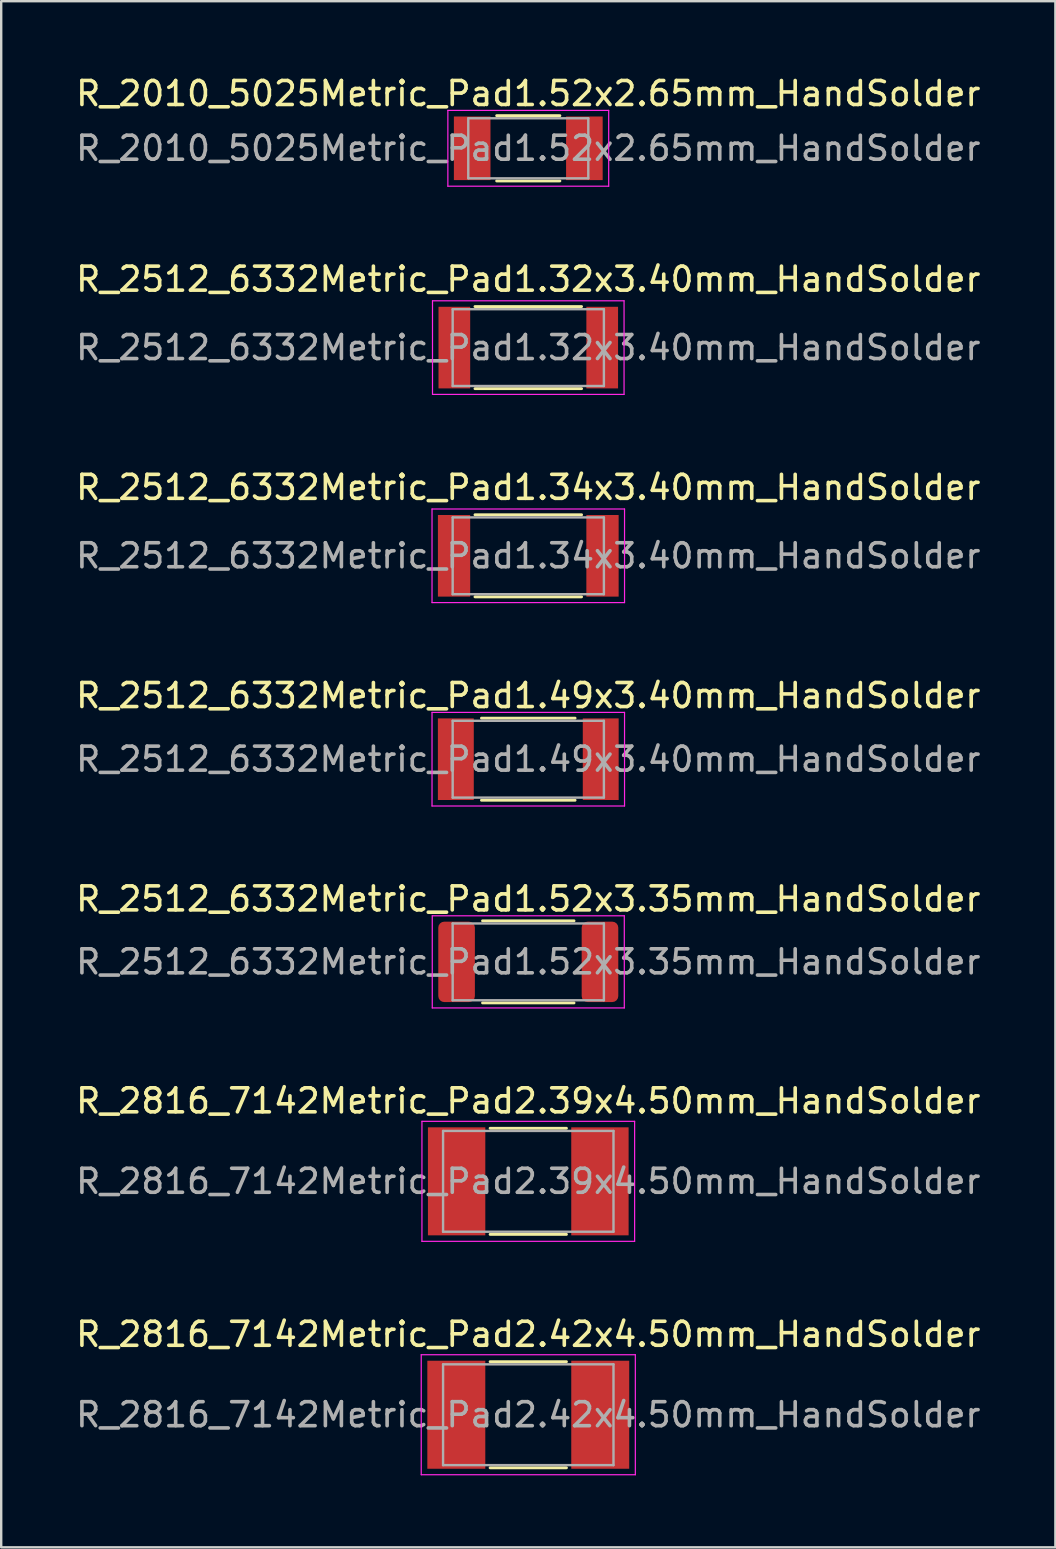
<source format=kicad_pcb>
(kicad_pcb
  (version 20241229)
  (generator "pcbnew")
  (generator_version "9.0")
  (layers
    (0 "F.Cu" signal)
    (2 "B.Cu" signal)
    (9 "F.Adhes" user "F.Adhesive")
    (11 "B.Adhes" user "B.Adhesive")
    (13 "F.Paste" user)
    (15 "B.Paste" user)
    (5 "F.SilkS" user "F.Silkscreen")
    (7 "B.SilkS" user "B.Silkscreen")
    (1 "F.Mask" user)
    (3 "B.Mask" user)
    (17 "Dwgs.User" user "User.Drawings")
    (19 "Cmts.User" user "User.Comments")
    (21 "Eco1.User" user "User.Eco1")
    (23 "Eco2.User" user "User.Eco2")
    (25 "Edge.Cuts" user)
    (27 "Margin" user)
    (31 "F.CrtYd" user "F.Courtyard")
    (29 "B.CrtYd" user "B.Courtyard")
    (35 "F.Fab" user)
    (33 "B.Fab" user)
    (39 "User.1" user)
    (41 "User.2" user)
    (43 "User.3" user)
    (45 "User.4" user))
  (footprint "R_2512_6332Metric_Pad1.34x3.40mm_HandSolder"
    (layer "F.Cu")
    (at 18.958 20.105)
    (property "Reference" "R_2512_6332Metric_Pad1.34x3.40mm_HandSolder" (at 0 -2.85 0) (layer "F.SilkS") (effects (font (size 1 1) (thickness 0.15))))
    (attr smd)
    (fp_line (start -2.22 -1.71) (end 2.22 -1.71) (stroke (width 0.12) (type solid)) (layer "F.SilkS"))
    (fp_line (start -2.22 1.71) (end 2.22 1.71) (stroke (width 0.12) (type solid)) (layer "F.SilkS"))
    (fp_line (start -4.01 -1.95) (end 4.01 -1.95) (stroke (width 0.05) (type solid)) (layer "F.CrtYd"))
    (fp_line (start -4.01 1.95) (end -4.01 -1.95) (stroke (width 0.05) (type solid)) (layer "F.CrtYd"))
    (fp_line (start 4.01 -1.95) (end 4.01 1.95) (stroke (width 0.05) (type solid)) (layer "F.CrtYd"))
    (fp_line (start 4.01 1.95) (end -4.01 1.95) (stroke (width 0.05) (type solid)) (layer "F.CrtYd"))
    (fp_line (start -3.15 -1.6) (end 3.15 -1.6) (stroke (width 0.1) (type solid)) (layer "F.Fab"))
    (fp_line (start -3.15 1.6) (end -3.15 -1.6) (stroke (width 0.1) (type solid)) (layer "F.Fab"))
    (fp_line (start 3.15 -1.6) (end 3.15 1.6) (stroke (width 0.1) (type solid)) (layer "F.Fab"))
    (fp_line (start 3.15 1.6) (end -3.15 1.6) (stroke (width 0.1) (type solid)) (layer "F.Fab"))
    (fp_text user "${REFERENCE}" (at 0 0 0) (layer "F.Fab") (effects (font (size 1 1) (thickness 0.15))))
    (pad "1" smd rect (at -3.092 0) (size 1.345 3.4) (layers "F.Cu" "F.Mask" "F.Paste"))
    (pad "2" smd rect (at 3.092 0) (size 1.345 3.4) (layers "F.Cu" "F.Mask" "F.Paste")))
  (footprint "R_2512_6332Metric_Pad1.32x3.40mm_HandSolder"
    (layer "F.Cu")
    (at 18.958 11.431)
    (property "Reference" "R_2512_6332Metric_Pad1.32x3.40mm_HandSolder" (at 0 -2.85 0) (layer "F.SilkS") (effects (font (size 1 1) (thickness 0.15))))
    (attr smd)
    (fp_line (start -2.22 -1.71) (end 2.22 -1.71) (stroke (width 0.12) (type solid)) (layer "F.SilkS"))
    (fp_line (start -2.22 1.71) (end 2.22 1.71) (stroke (width 0.12) (type solid)) (layer "F.SilkS"))
    (fp_line (start -3.99 -1.95) (end 3.99 -1.95) (stroke (width 0.05) (type solid)) (layer "F.CrtYd"))
    (fp_line (start -3.99 1.95) (end -3.99 -1.95) (stroke (width 0.05) (type solid)) (layer "F.CrtYd"))
    (fp_line (start 3.99 -1.95) (end 3.99 1.95) (stroke (width 0.05) (type solid)) (layer "F.CrtYd"))
    (fp_line (start 3.99 1.95) (end -3.99 1.95) (stroke (width 0.05) (type solid)) (layer "F.CrtYd"))
    (fp_line (start -3.15 -1.6) (end 3.15 -1.6) (stroke (width 0.1) (type solid)) (layer "F.Fab"))
    (fp_line (start -3.15 1.6) (end -3.15 -1.6) (stroke (width 0.1) (type solid)) (layer "F.Fab"))
    (fp_line (start 3.15 -1.6) (end 3.15 1.6) (stroke (width 0.1) (type solid)) (layer "F.Fab"))
    (fp_line (start 3.15 1.6) (end -3.15 1.6) (stroke (width 0.1) (type solid)) (layer "F.Fab"))
    (fp_text user "${REFERENCE}" (at 0 0 0) (layer "F.Fab") (effects (font (size 1 1) (thickness 0.15))))
    (pad "1" smd rect (at -3.08 0) (size 1.32 3.4) (layers "F.Cu" "F.Mask" "F.Paste"))
    (pad "2" smd rect (at 3.08 0) (size 1.32 3.4) (layers "F.Cu" "F.Mask" "F.Paste")))
  (footprint "R_2512_6332Metric_Pad1.49x3.40mm_HandSolder"
    (layer "F.Cu")
    (at 18.958 28.578)
    (property "Reference" "R_2512_6332Metric_Pad1.49x3.40mm_HandSolder" (at 0 -2.65 0) (layer "F.SilkS") (effects (font (size 1 1) (thickness 0.15))))
    (attr smd)
    (fp_line (start -1.95 -1.71) (end 1.95 -1.71) (stroke (width 0.12) (type solid)) (layer "F.SilkS"))
    (fp_line (start -1.95 1.71) (end 1.95 1.71) (stroke (width 0.12) (type solid)) (layer "F.SilkS"))
    (fp_line (start -4.01 -1.95) (end 4.01 -1.95) (stroke (width 0.05) (type solid)) (layer "F.CrtYd"))
    (fp_line (start -4.01 1.95) (end -4.01 -1.95) (stroke (width 0.05) (type solid)) (layer "F.CrtYd"))
    (fp_line (start 4.01 -1.95) (end 4.01 1.95) (stroke (width 0.05) (type solid)) (layer "F.CrtYd"))
    (fp_line (start 4.01 1.95) (end -4.01 1.95) (stroke (width 0.05) (type solid)) (layer "F.CrtYd"))
    (fp_line (start -3.15 -1.6) (end 3.15 -1.6) (stroke (width 0.1) (type solid)) (layer "F.Fab"))
    (fp_line (start -3.15 1.6) (end -3.15 -1.6) (stroke (width 0.1) (type solid)) (layer "F.Fab"))
    (fp_line (start 3.15 -1.6) (end 3.15 1.6) (stroke (width 0.1) (type solid)) (layer "F.Fab"))
    (fp_line (start 3.15 1.6) (end -3.15 1.6) (stroke (width 0.1) (type solid)) (layer "F.Fab"))
    (fp_text user "${REFERENCE}" (at 0 0 0) (layer "F.Fab") (effects (font (size 1 1) (thickness 0.15))))
    (pad "1" smd rect (at -3.018 0) (size 1.495 3.4) (layers "F.Cu" "F.Mask" "F.Paste"))
    (pad "2" smd rect (at 3.018 0) (size 1.495 3.4) (layers "F.Cu" "F.Mask" "F.Paste")))
  (footprint "R_2816_7142Metric_Pad2.39x4.50mm_HandSolder"
    (layer "F.Cu")
    (at 18.958 46.164)
    (property "Reference" "R_2816_7142Metric_Pad2.39x4.50mm_HandSolder" (at 0 -3.35 0) (layer "F.SilkS") (effects (font (size 1 1) (thickness 0.15))))
    (attr smd)
    (fp_line (start -1.59 -2.21) (end 1.59 -2.21) (stroke (width 0.12) (type solid)) (layer "F.SilkS"))
    (fp_line (start -1.59 2.21) (end 1.59 2.21) (stroke (width 0.12) (type solid)) (layer "F.SilkS"))
    (fp_line (start -4.43 -2.5) (end 4.43 -2.5) (stroke (width 0.05) (type solid)) (layer "F.CrtYd"))
    (fp_line (start -4.43 2.5) (end -4.43 -2.5) (stroke (width 0.05) (type solid)) (layer "F.CrtYd"))
    (fp_line (start 4.43 -2.5) (end 4.43 2.5) (stroke (width 0.05) (type solid)) (layer "F.CrtYd"))
    (fp_line (start 4.43 2.5) (end -4.43 2.5) (stroke (width 0.05) (type solid)) (layer "F.CrtYd"))
    (fp_line (start -3.55 -2.1) (end 3.55 -2.1) (stroke (width 0.1) (type solid)) (layer "F.Fab"))
    (fp_line (start -3.55 2.1) (end -3.55 -2.1) (stroke (width 0.1) (type solid)) (layer "F.Fab"))
    (fp_line (start 3.55 -2.1) (end 3.55 2.1) (stroke (width 0.1) (type solid)) (layer "F.Fab"))
    (fp_line (start 3.55 2.1) (end -3.55 2.1) (stroke (width 0.1) (type solid)) (layer "F.Fab"))
    (fp_text user "${REFERENCE}" (at 0 0 0) (layer "F.Fab") (effects (font (size 1 1) (thickness 0.15))))
    (pad "1" smd rect (at -2.985 0) (size 2.39 4.5) (layers "F.Cu" "F.Mask" "F.Paste"))
    (pad "2" smd rect (at 2.985 0) (size 2.39 4.5) (layers "F.Cu" "F.Mask" "F.Paste")))
  (footprint "R_2010_5025Metric_Pad1.52x2.65mm_HandSolder"
    (layer "F.Cu")
    (at 18.958 3.128)
    (property "Reference" "R_2010_5025Metric_Pad1.52x2.65mm_HandSolder" (at 0 -2.28 0) (layer "F.SilkS") (effects (font (size 1 1) (thickness 0.15))))
    (attr smd)
    (fp_line (start -1.317 -1.36) (end 1.317 -1.36) (stroke (width 0.12) (type solid)) (layer "F.SilkS"))
    (fp_line (start -1.317 1.36) (end 1.317 1.36) (stroke (width 0.12) (type solid)) (layer "F.SilkS"))
    (fp_line (start -3.35 -1.58) (end 3.35 -1.58) (stroke (width 0.05) (type solid)) (layer "F.CrtYd"))
    (fp_line (start -3.35 1.58) (end -3.35 -1.58) (stroke (width 0.05) (type solid)) (layer "F.CrtYd"))
    (fp_line (start 3.35 -1.58) (end 3.35 1.58) (stroke (width 0.05) (type solid)) (layer "F.CrtYd"))
    (fp_line (start 3.35 1.58) (end -3.35 1.58) (stroke (width 0.05) (type solid)) (layer "F.CrtYd"))
    (fp_line (start -2.5 -1.25) (end 2.5 -1.25) (stroke (width 0.1) (type solid)) (layer "F.Fab"))
    (fp_line (start -2.5 1.25) (end -2.5 -1.25) (stroke (width 0.1) (type solid)) (layer "F.Fab"))
    (fp_line (start 2.5 -1.25) (end 2.5 1.25) (stroke (width 0.1) (type solid)) (layer "F.Fab"))
    (fp_line (start 2.5 1.25) (end -2.5 1.25) (stroke (width 0.1) (type solid)) (layer "F.Fab"))
    (fp_text user "${REFERENCE}" (at 0 0 0) (layer "F.Fab") (effects (font (size 1 1) (thickness 0.15))))
    (pad "1" smd rect (at -2.337 0) (size 1.525 2.65) (layers "F.Cu" "F.Mask" "F.Paste"))
    (pad "2" smd rect (at 2.337 0) (size 1.525 2.65) (layers "F.Cu" "F.Mask" "F.Paste")))
  (footprint "R_2512_6332Metric_Pad1.52x3.35mm_HandSolder"
    (layer "F.Cu")
    (at 18.958 37.021)
    (property "Reference" "R_2512_6332Metric_Pad1.52x3.35mm_HandSolder" (at 0 -2.62 0) (layer "F.SilkS") (effects (font (size 1 1) (thickness 0.15))))
    (attr smd)
    (fp_line (start -1.905 -1.71) (end 1.905 -1.71) (stroke (width 0.12) (type solid)) (layer "F.SilkS"))
    (fp_line (start -1.905 1.71) (end 1.905 1.71) (stroke (width 0.12) (type solid)) (layer "F.SilkS"))
    (fp_line (start -4 -1.92) (end 4 -1.92) (stroke (width 0.05) (type solid)) (layer "F.CrtYd"))
    (fp_line (start -4 1.92) (end -4 -1.92) (stroke (width 0.05) (type solid)) (layer "F.CrtYd"))
    (fp_line (start 4 -1.92) (end 4 1.92) (stroke (width 0.05) (type solid)) (layer "F.CrtYd"))
    (fp_line (start 4 1.92) (end -4 1.92) (stroke (width 0.05) (type solid)) (layer "F.CrtYd"))
    (fp_line (start -3.15 -1.6) (end 3.15 -1.6) (stroke (width 0.1) (type solid)) (layer "F.Fab"))
    (fp_line (start -3.15 1.6) (end -3.15 -1.6) (stroke (width 0.1) (type solid)) (layer "F.Fab"))
    (fp_line (start 3.15 -1.6) (end 3.15 1.6) (stroke (width 0.1) (type solid)) (layer "F.Fab"))
    (fp_line (start 3.15 1.6) (end -3.15 1.6) (stroke (width 0.1) (type solid)) (layer "F.Fab"))
    (fp_text user "${REFERENCE}" (at 0 0 0) (layer "F.Fab") (effects (font (size 1 1) (thickness 0.15))))
    (pad "1" smd roundrect (at -2.987 0) (size 1.525 3.35) (layers "F.Cu" "F.Mask" "F.Paste") (roundrect_rratio 0.164))
    (pad "2" smd roundrect (at 2.987 0) (size 1.525 3.35) (layers "F.Cu" "F.Mask" "F.Paste") (roundrect_rratio 0.164)))
  (footprint "R_2816_7142Metric_Pad2.42x4.50mm_HandSolder"
    (layer "F.Cu")
    (at 18.958 55.888)
    (property "Reference" "R_2816_7142Metric_Pad2.42x4.50mm_HandSolder" (at 0 -3.35 0) (layer "F.SilkS") (effects (font (size 1 1) (thickness 0.15))))
    (attr smd)
    (fp_line (start -1.59 -2.21) (end 1.59 -2.21) (stroke (width 0.12) (type solid)) (layer "F.SilkS"))
    (fp_line (start -1.59 2.21) (end 1.59 2.21) (stroke (width 0.12) (type solid)) (layer "F.SilkS"))
    (fp_line (start -4.46 -2.5) (end 4.46 -2.5) (stroke (width 0.05) (type solid)) (layer "F.CrtYd"))
    (fp_line (start -4.46 2.5) (end -4.46 -2.5) (stroke (width 0.05) (type solid)) (layer "F.CrtYd"))
    (fp_line (start 4.46 -2.5) (end 4.46 2.5) (stroke (width 0.05) (type solid)) (layer "F.CrtYd"))
    (fp_line (start 4.46 2.5) (end -4.46 2.5) (stroke (width 0.05) (type solid)) (layer "F.CrtYd"))
    (fp_line (start -3.55 -2.1) (end 3.55 -2.1) (stroke (width 0.1) (type solid)) (layer "F.Fab"))
    (fp_line (start -3.55 2.1) (end -3.55 -2.1) (stroke (width 0.1) (type solid)) (layer "F.Fab"))
    (fp_line (start 3.55 -2.1) (end 3.55 2.1) (stroke (width 0.1) (type solid)) (layer "F.Fab"))
    (fp_line (start 3.55 2.1) (end -3.55 2.1) (stroke (width 0.1) (type solid)) (layer "F.Fab"))
    (fp_text user "${REFERENCE}" (at 0 0 0) (layer "F.Fab") (effects (font (size 1 1) (thickness 0.15))))
    (pad "1" smd rect (at -2.998 0) (size 2.415 4.5) (layers "F.Cu" "F.Mask" "F.Paste"))
    (pad "2" smd rect (at 2.998 0) (size 2.415 4.5) (layers "F.Cu" "F.Mask" "F.Paste")))
  (gr_rect
    (start -3 -3)
    (end 40.917 61.413)
    (stroke (width 0.1) (type default))
    (fill no)
    (layer "Edge.Cuts")))
</source>
